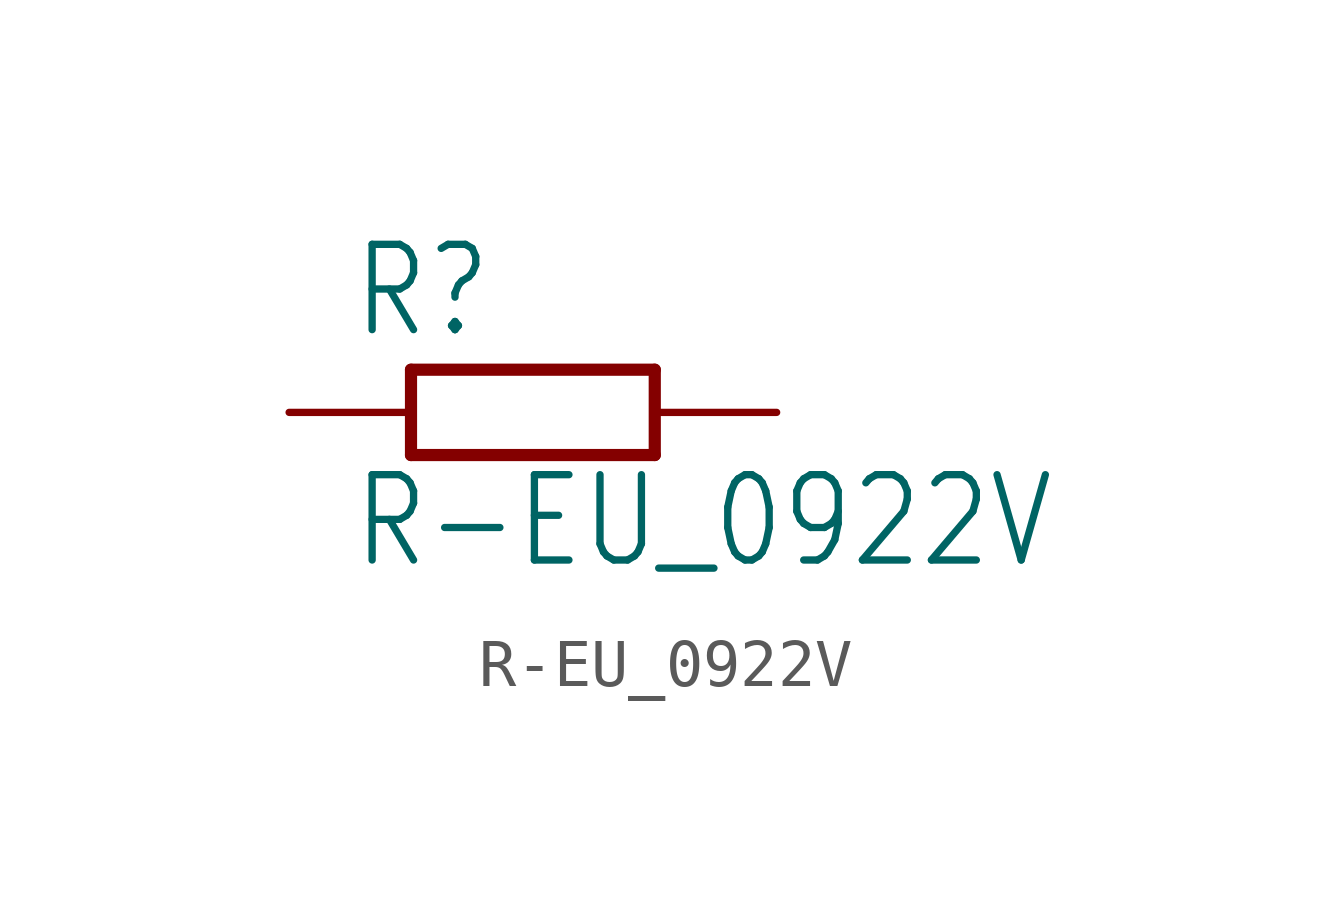
<source format=kicad_sym>
(kicad_symbol_lib
  (version 20211014)
  (generator kicad_symbol_editor)
  (symbol "R-EU_0922V"
    (property "Reference" "R"
      (at -3.81 1.499 0)
      (effects (font (size 1.778 1.511)) (justify left bottom)))
    (property "Value" "R-EU_0922V"
      (at -3.81 -3.302 0)
      (effects (font (size 1.778 1.511)) (justify left bottom)))
    (property "ki_locked" ""
      (at 0 0 0)
      (effects (font (size 1.27 1.27))))
    (symbol "R-EU_0922V_1_0"
      (polyline (pts (xy -2.54 -0.889) (xy -2.54 0.889)) (stroke (width 0.254) (type default) (color 0 0 0 0)) (fill (type none)))
      (polyline (pts (xy -2.54 -0.889) (xy 2.54 -0.889)) (stroke (width 0.254) (type default) (color 0 0 0 0)) (fill (type none)))
      (polyline (pts (xy 2.54 -0.889) (xy 2.54 0.889)) (stroke (width 0.254) (type default) (color 0 0 0 0)) (fill (type none)))
      (polyline (pts (xy 2.54 0.889) (xy -2.54 0.889)) (stroke (width 0.254) (type default) (color 0 0 0 0)) (fill (type none)))
      (pin passive line (at -5.08 0 0) (length 2.54) (name "1" (effects (font (size 0 0)))) (number "1" (effects (font (size 0 0)))))
      (pin passive line (at 5.08 0 180) (length 2.54) (name "2" (effects (font (size 0 0)))) (number "2" (effects (font (size 0 0))))))))
</source>
